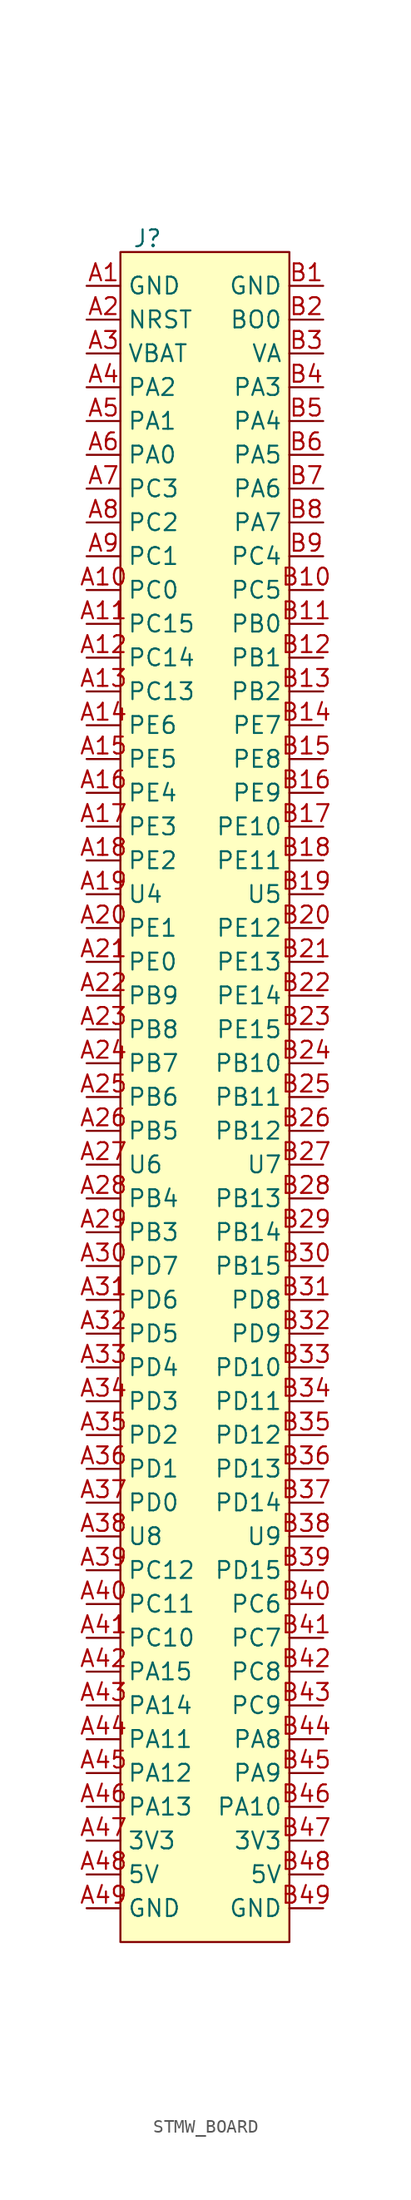
<source format=kicad_sym>
(kicad_symbol_lib
  (version 20241209)
  (generator "kicad_symbol_editor")
  (generator_version "9.0")
  (symbol "STMW_BOARD"
    (property "Reference" "J"
      (at -4.318 3.556 0)
      (effects (font (size 1.27 1.27))))
    (property "Value" ""
      (at 0 0 0)
      (effects (font (size 1.27 1.27))))
    (symbol "STMW_BOARD_1_1"
      (rectangle (start -6.35 2.54) (end 6.35 -124.46) (stroke (width 0) (type solid)) (fill (type background)))
      (pin passive line (at -8.89 0 0) (length 2.54) (name "GND" (effects (font (size 1.27 1.27)))) (number "A1" (effects (font (size 1.27 1.27)))))
      (pin passive line (at -8.89 -2.54 0) (length 2.54) (name "NRST" (effects (font (size 1.27 1.27)))) (number "A2" (effects (font (size 1.27 1.27)))))
      (pin passive line (at -8.89 -5.08 0) (length 2.54) (name "VBAT" (effects (font (size 1.27 1.27)))) (number "A3" (effects (font (size 1.27 1.27)))))
      (pin passive line (at -8.89 -7.62 0) (length 2.54) (name "PA2" (effects (font (size 1.27 1.27)))) (number "A4" (effects (font (size 1.27 1.27)))))
      (pin passive line (at -8.89 -10.16 0) (length 2.54) (name "PA1" (effects (font (size 1.27 1.27)))) (number "A5" (effects (font (size 1.27 1.27)))))
      (pin passive line (at -8.89 -12.7 0) (length 2.54) (name "PA0" (effects (font (size 1.27 1.27)))) (number "A6" (effects (font (size 1.27 1.27)))))
      (pin passive line (at -8.89 -15.24 0) (length 2.54) (name "PC3" (effects (font (size 1.27 1.27)))) (number "A7" (effects (font (size 1.27 1.27)))))
      (pin passive line (at -8.89 -17.78 0) (length 2.54) (name "PC2" (effects (font (size 1.27 1.27)))) (number "A8" (effects (font (size 1.27 1.27)))))
      (pin passive line (at -8.89 -20.32 0) (length 2.54) (name "PC1" (effects (font (size 1.27 1.27)))) (number "A9" (effects (font (size 1.27 1.27)))))
      (pin passive line (at -8.89 -22.86 0) (length 2.54) (name "PC0" (effects (font (size 1.27 1.27)))) (number "A10" (effects (font (size 1.27 1.27)))))
      (pin passive line (at -8.89 -25.4 0) (length 2.54) (name "PC15" (effects (font (size 1.27 1.27)))) (number "A11" (effects (font (size 1.27 1.27)))))
      (pin passive line (at -8.89 -27.94 0) (length 2.54) (name "PC14" (effects (font (size 1.27 1.27)))) (number "A12" (effects (font (size 1.27 1.27)))))
      (pin passive line (at -8.89 -30.48 0) (length 2.54) (name "PC13" (effects (font (size 1.27 1.27)))) (number "A13" (effects (font (size 1.27 1.27)))))
      (pin passive line (at -8.89 -33.02 0) (length 2.54) (name "PE6" (effects (font (size 1.27 1.27)))) (number "A14" (effects (font (size 1.27 1.27)))))
      (pin passive line (at -8.89 -35.56 0) (length 2.54) (name "PE5" (effects (font (size 1.27 1.27)))) (number "A15" (effects (font (size 1.27 1.27)))))
      (pin passive line (at -8.89 -38.1 0) (length 2.54) (name "PE4" (effects (font (size 1.27 1.27)))) (number "A16" (effects (font (size 1.27 1.27)))))
      (pin passive line (at -8.89 -40.64 0) (length 2.54) (name "PE3" (effects (font (size 1.27 1.27)))) (number "A17" (effects (font (size 1.27 1.27)))))
      (pin passive line (at -8.89 -43.18 0) (length 2.54) (name "PE2" (effects (font (size 1.27 1.27)))) (number "A18" (effects (font (size 1.27 1.27)))))
      (pin passive line (at -8.89 -45.72 0) (length 2.54) (name "U4" (effects (font (size 1.27 1.27)))) (number "A19" (effects (font (size 1.27 1.27)))))
      (pin passive line (at -8.89 -48.26 0) (length 2.54) (name "PE1" (effects (font (size 1.27 1.27)))) (number "A20" (effects (font (size 1.27 1.27)))))
      (pin passive line (at -8.89 -50.8 0) (length 2.54) (name "PE0" (effects (font (size 1.27 1.27)))) (number "A21" (effects (font (size 1.27 1.27)))))
      (pin passive line (at -8.89 -53.34 0) (length 2.54) (name "PB9" (effects (font (size 1.27 1.27)))) (number "A22" (effects (font (size 1.27 1.27)))))
      (pin passive line (at -8.89 -55.88 0) (length 2.54) (name "PB8" (effects (font (size 1.27 1.27)))) (number "A23" (effects (font (size 1.27 1.27)))))
      (pin passive line (at -8.89 -58.42 0) (length 2.54) (name "PB7" (effects (font (size 1.27 1.27)))) (number "A24" (effects (font (size 1.27 1.27)))))
      (pin passive line (at -8.89 -60.96 0) (length 2.54) (name "PB6" (effects (font (size 1.27 1.27)))) (number "A25" (effects (font (size 1.27 1.27)))))
      (pin passive line (at -8.89 -63.5 0) (length 2.54) (name "PB5" (effects (font (size 1.27 1.27)))) (number "A26" (effects (font (size 1.27 1.27)))))
      (pin passive line (at -8.89 -66.04 0) (length 2.54) (name "U6" (effects (font (size 1.27 1.27)))) (number "A27" (effects (font (size 1.27 1.27)))))
      (pin passive line (at -8.89 -68.58 0) (length 2.54) (name "PB4" (effects (font (size 1.27 1.27)))) (number "A28" (effects (font (size 1.27 1.27)))))
      (pin passive line (at -8.89 -71.12 0) (length 2.54) (name "PB3" (effects (font (size 1.27 1.27)))) (number "A29" (effects (font (size 1.27 1.27)))))
      (pin passive line (at -8.89 -73.66 0) (length 2.54) (name "PD7" (effects (font (size 1.27 1.27)))) (number "A30" (effects (font (size 1.27 1.27)))))
      (pin passive line (at -8.89 -76.2 0) (length 2.54) (name "PD6" (effects (font (size 1.27 1.27)))) (number "A31" (effects (font (size 1.27 1.27)))))
      (pin passive line (at -8.89 -78.74 0) (length 2.54) (name "PD5" (effects (font (size 1.27 1.27)))) (number "A32" (effects (font (size 1.27 1.27)))))
      (pin passive line (at -8.89 -81.28 0) (length 2.54) (name "PD4" (effects (font (size 1.27 1.27)))) (number "A33" (effects (font (size 1.27 1.27)))))
      (pin passive line (at -8.89 -83.82 0) (length 2.54) (name "PD3" (effects (font (size 1.27 1.27)))) (number "A34" (effects (font (size 1.27 1.27)))))
      (pin passive line (at -8.89 -86.36 0) (length 2.54) (name "PD2" (effects (font (size 1.27 1.27)))) (number "A35" (effects (font (size 1.27 1.27)))))
      (pin passive line (at -8.89 -88.9 0) (length 2.54) (name "PD1" (effects (font (size 1.27 1.27)))) (number "A36" (effects (font (size 1.27 1.27)))))
      (pin passive line (at -8.89 -91.44 0) (length 2.54) (name "PD0" (effects (font (size 1.27 1.27)))) (number "A37" (effects (font (size 1.27 1.27)))))
      (pin passive line (at -8.89 -93.98 0) (length 2.54) (name "U8" (effects (font (size 1.27 1.27)))) (number "A38" (effects (font (size 1.27 1.27)))))
      (pin passive line (at -8.89 -96.52 0) (length 2.54) (name "PC12" (effects (font (size 1.27 1.27)))) (number "A39" (effects (font (size 1.27 1.27)))))
      (pin passive line (at -8.89 -99.06 0) (length 2.54) (name "PC11" (effects (font (size 1.27 1.27)))) (number "A40" (effects (font (size 1.27 1.27)))))
      (pin passive line (at -8.89 -101.6 0) (length 2.54) (name "PC10" (effects (font (size 1.27 1.27)))) (number "A41" (effects (font (size 1.27 1.27)))))
      (pin passive line (at -8.89 -104.14 0) (length 2.54) (name "PA15" (effects (font (size 1.27 1.27)))) (number "A42" (effects (font (size 1.27 1.27)))))
      (pin passive line (at -8.89 -106.68 0) (length 2.54) (name "PA14" (effects (font (size 1.27 1.27)))) (number "A43" (effects (font (size 1.27 1.27)))))
      (pin passive line (at -8.89 -109.22 0) (length 2.54) (name "PA11" (effects (font (size 1.27 1.27)))) (number "A44" (effects (font (size 1.27 1.27)))))
      (pin passive line (at -8.89 -111.76 0) (length 2.54) (name "PA12" (effects (font (size 1.27 1.27)))) (number "A45" (effects (font (size 1.27 1.27)))))
      (pin passive line (at -8.89 -114.3 0) (length 2.54) (name "PA13" (effects (font (size 1.27 1.27)))) (number "A46" (effects (font (size 1.27 1.27)))))
      (pin passive line (at -8.89 -116.84 0) (length 2.54) (name "3V3" (effects (font (size 1.27 1.27)))) (number "A47" (effects (font (size 1.27 1.27)))))
      (pin passive line (at -8.89 -119.38 0) (length 2.54) (name "5V" (effects (font (size 1.27 1.27)))) (number "A48" (effects (font (size 1.27 1.27)))))
      (pin passive line (at -8.89 -121.92 0) (length 2.54) (name "GND" (effects (font (size 1.27 1.27)))) (number "A49" (effects (font (size 1.27 1.27)))))
      (pin passive line (at 8.89 0 180) (length 2.54) (name "GND" (effects (font (size 1.27 1.27)))) (number "B1" (effects (font (size 1.27 1.27)))))
      (pin passive line (at 8.89 -2.54 180) (length 2.54) (name "BO0" (effects (font (size 1.27 1.27)))) (number "B2" (effects (font (size 1.27 1.27)))))
      (pin passive line (at 8.89 -5.08 180) (length 2.54) (name "VA" (effects (font (size 1.27 1.27)))) (number "B3" (effects (font (size 1.27 1.27)))))
      (pin passive line (at 8.89 -7.62 180) (length 2.54) (name "PA3" (effects (font (size 1.27 1.27)))) (number "B4" (effects (font (size 1.27 1.27)))))
      (pin passive line (at 8.89 -10.16 180) (length 2.54) (name "PA4" (effects (font (size 1.27 1.27)))) (number "B5" (effects (font (size 1.27 1.27)))))
      (pin passive line (at 8.89 -12.7 180) (length 2.54) (name "PA5" (effects (font (size 1.27 1.27)))) (number "B6" (effects (font (size 1.27 1.27)))))
      (pin passive line (at 8.89 -15.24 180) (length 2.54) (name "PA6" (effects (font (size 1.27 1.27)))) (number "B7" (effects (font (size 1.27 1.27)))))
      (pin passive line (at 8.89 -17.78 180) (length 2.54) (name "PA7" (effects (font (size 1.27 1.27)))) (number "B8" (effects (font (size 1.27 1.27)))))
      (pin passive line (at 8.89 -20.32 180) (length 2.54) (name "PC4" (effects (font (size 1.27 1.27)))) (number "B9" (effects (font (size 1.27 1.27)))))
      (pin passive line (at 8.89 -22.86 180) (length 2.54) (name "PC5" (effects (font (size 1.27 1.27)))) (number "B10" (effects (font (size 1.27 1.27)))))
      (pin passive line (at 8.89 -25.4 180) (length 2.54) (name "PB0" (effects (font (size 1.27 1.27)))) (number "B11" (effects (font (size 1.27 1.27)))))
      (pin passive line (at 8.89 -27.94 180) (length 2.54) (name "PB1" (effects (font (size 1.27 1.27)))) (number "B12" (effects (font (size 1.27 1.27)))))
      (pin passive line (at 8.89 -30.48 180) (length 2.54) (name "PB2" (effects (font (size 1.27 1.27)))) (number "B13" (effects (font (size 1.27 1.27)))))
      (pin passive line (at 8.89 -33.02 180) (length 2.54) (name "PE7" (effects (font (size 1.27 1.27)))) (number "B14" (effects (font (size 1.27 1.27)))))
      (pin passive line (at 8.89 -35.56 180) (length 2.54) (name "PE8" (effects (font (size 1.27 1.27)))) (number "B15" (effects (font (size 1.27 1.27)))))
      (pin passive line (at 8.89 -38.1 180) (length 2.54) (name "PE9" (effects (font (size 1.27 1.27)))) (number "B16" (effects (font (size 1.27 1.27)))))
      (pin passive line (at 8.89 -40.64 180) (length 2.54) (name "PE10" (effects (font (size 1.27 1.27)))) (number "B17" (effects (font (size 1.27 1.27)))))
      (pin passive line (at 8.89 -43.18 180) (length 2.54) (name "PE11" (effects (font (size 1.27 1.27)))) (number "B18" (effects (font (size 1.27 1.27)))))
      (pin passive line (at 8.89 -45.72 180) (length 2.54) (name "U5" (effects (font (size 1.27 1.27)))) (number "B19" (effects (font (size 1.27 1.27)))))
      (pin passive line (at 8.89 -48.26 180) (length 2.54) (name "PE12" (effects (font (size 1.27 1.27)))) (number "B20" (effects (font (size 1.27 1.27)))))
      (pin passive line (at 8.89 -50.8 180) (length 2.54) (name "PE13" (effects (font (size 1.27 1.27)))) (number "B21" (effects (font (size 1.27 1.27)))))
      (pin passive line (at 8.89 -53.34 180) (length 2.54) (name "PE14" (effects (font (size 1.27 1.27)))) (number "B22" (effects (font (size 1.27 1.27)))))
      (pin passive line (at 8.89 -55.88 180) (length 2.54) (name "PE15" (effects (font (size 1.27 1.27)))) (number "B23" (effects (font (size 1.27 1.27)))))
      (pin passive line (at 8.89 -58.42 180) (length 2.54) (name "PB10" (effects (font (size 1.27 1.27)))) (number "B24" (effects (font (size 1.27 1.27)))))
      (pin passive line (at 8.89 -60.96 180) (length 2.54) (name "PB11" (effects (font (size 1.27 1.27)))) (number "B25" (effects (font (size 1.27 1.27)))))
      (pin passive line (at 8.89 -63.5 180) (length 2.54) (name "PB12" (effects (font (size 1.27 1.27)))) (number "B26" (effects (font (size 1.27 1.27)))))
      (pin passive line (at 8.89 -66.04 180) (length 2.54) (name "U7" (effects (font (size 1.27 1.27)))) (number "B27" (effects (font (size 1.27 1.27)))))
      (pin passive line (at 8.89 -68.58 180) (length 2.54) (name "PB13" (effects (font (size 1.27 1.27)))) (number "B28" (effects (font (size 1.27 1.27)))))
      (pin passive line (at 8.89 -71.12 180) (length 2.54) (name "PB14" (effects (font (size 1.27 1.27)))) (number "B29" (effects (font (size 1.27 1.27)))))
      (pin passive line (at 8.89 -73.66 180) (length 2.54) (name "PB15" (effects (font (size 1.27 1.27)))) (number "B30" (effects (font (size 1.27 1.27)))))
      (pin passive line (at 8.89 -76.2 180) (length 2.54) (name "PD8" (effects (font (size 1.27 1.27)))) (number "B31" (effects (font (size 1.27 1.27)))))
      (pin passive line (at 8.89 -78.74 180) (length 2.54) (name "PD9" (effects (font (size 1.27 1.27)))) (number "B32" (effects (font (size 1.27 1.27)))))
      (pin passive line (at 8.89 -81.28 180) (length 2.54) (name "PD10" (effects (font (size 1.27 1.27)))) (number "B33" (effects (font (size 1.27 1.27)))))
      (pin passive line (at 8.89 -83.82 180) (length 2.54) (name "PD11" (effects (font (size 1.27 1.27)))) (number "B34" (effects (font (size 1.27 1.27)))))
      (pin passive line (at 8.89 -86.36 180) (length 2.54) (name "PD12" (effects (font (size 1.27 1.27)))) (number "B35" (effects (font (size 1.27 1.27)))))
      (pin passive line (at 8.89 -88.9 180) (length 2.54) (name "PD13" (effects (font (size 1.27 1.27)))) (number "B36" (effects (font (size 1.27 1.27)))))
      (pin passive line (at 8.89 -91.44 180) (length 2.54) (name "PD14" (effects (font (size 1.27 1.27)))) (number "B37" (effects (font (size 1.27 1.27)))))
      (pin passive line (at 8.89 -93.98 180) (length 2.54) (name "U9" (effects (font (size 1.27 1.27)))) (number "B38" (effects (font (size 1.27 1.27)))))
      (pin passive line (at 8.89 -96.52 180) (length 2.54) (name "PD15" (effects (font (size 1.27 1.27)))) (number "B39" (effects (font (size 1.27 1.27)))))
      (pin passive line (at 8.89 -99.06 180) (length 2.54) (name "PC6" (effects (font (size 1.27 1.27)))) (number "B40" (effects (font (size 1.27 1.27)))))
      (pin passive line (at 8.89 -101.6 180) (length 2.54) (name "PC7" (effects (font (size 1.27 1.27)))) (number "B41" (effects (font (size 1.27 1.27)))))
      (pin passive line (at 8.89 -104.14 180) (length 2.54) (name "PC8" (effects (font (size 1.27 1.27)))) (number "B42" (effects (font (size 1.27 1.27)))))
      (pin passive line (at 8.89 -106.68 180) (length 2.54) (name "PC9" (effects (font (size 1.27 1.27)))) (number "B43" (effects (font (size 1.27 1.27)))))
      (pin passive line (at 8.89 -109.22 180) (length 2.54) (name "PA8" (effects (font (size 1.27 1.27)))) (number "B44" (effects (font (size 1.27 1.27)))))
      (pin passive line (at 8.89 -111.76 180) (length 2.54) (name "PA9" (effects (font (size 1.27 1.27)))) (number "B45" (effects (font (size 1.27 1.27)))))
      (pin passive line (at 8.89 -114.3 180) (length 2.54) (name "PA10" (effects (font (size 1.27 1.27)))) (number "B46" (effects (font (size 1.27 1.27)))))
      (pin passive line (at 8.89 -116.84 180) (length 2.54) (name "3V3" (effects (font (size 1.27 1.27)))) (number "B47" (effects (font (size 1.27 1.27)))))
      (pin passive line (at 8.89 -119.38 180) (length 2.54) (name "5V" (effects (font (size 1.27 1.27)))) (number "B48" (effects (font (size 1.27 1.27)))))
      (pin passive line (at 8.89 -121.92 180) (length 2.54) (name "GND" (effects (font (size 1.27 1.27)))) (number "B49" (effects (font (size 1.27 1.27))))))))
</source>
